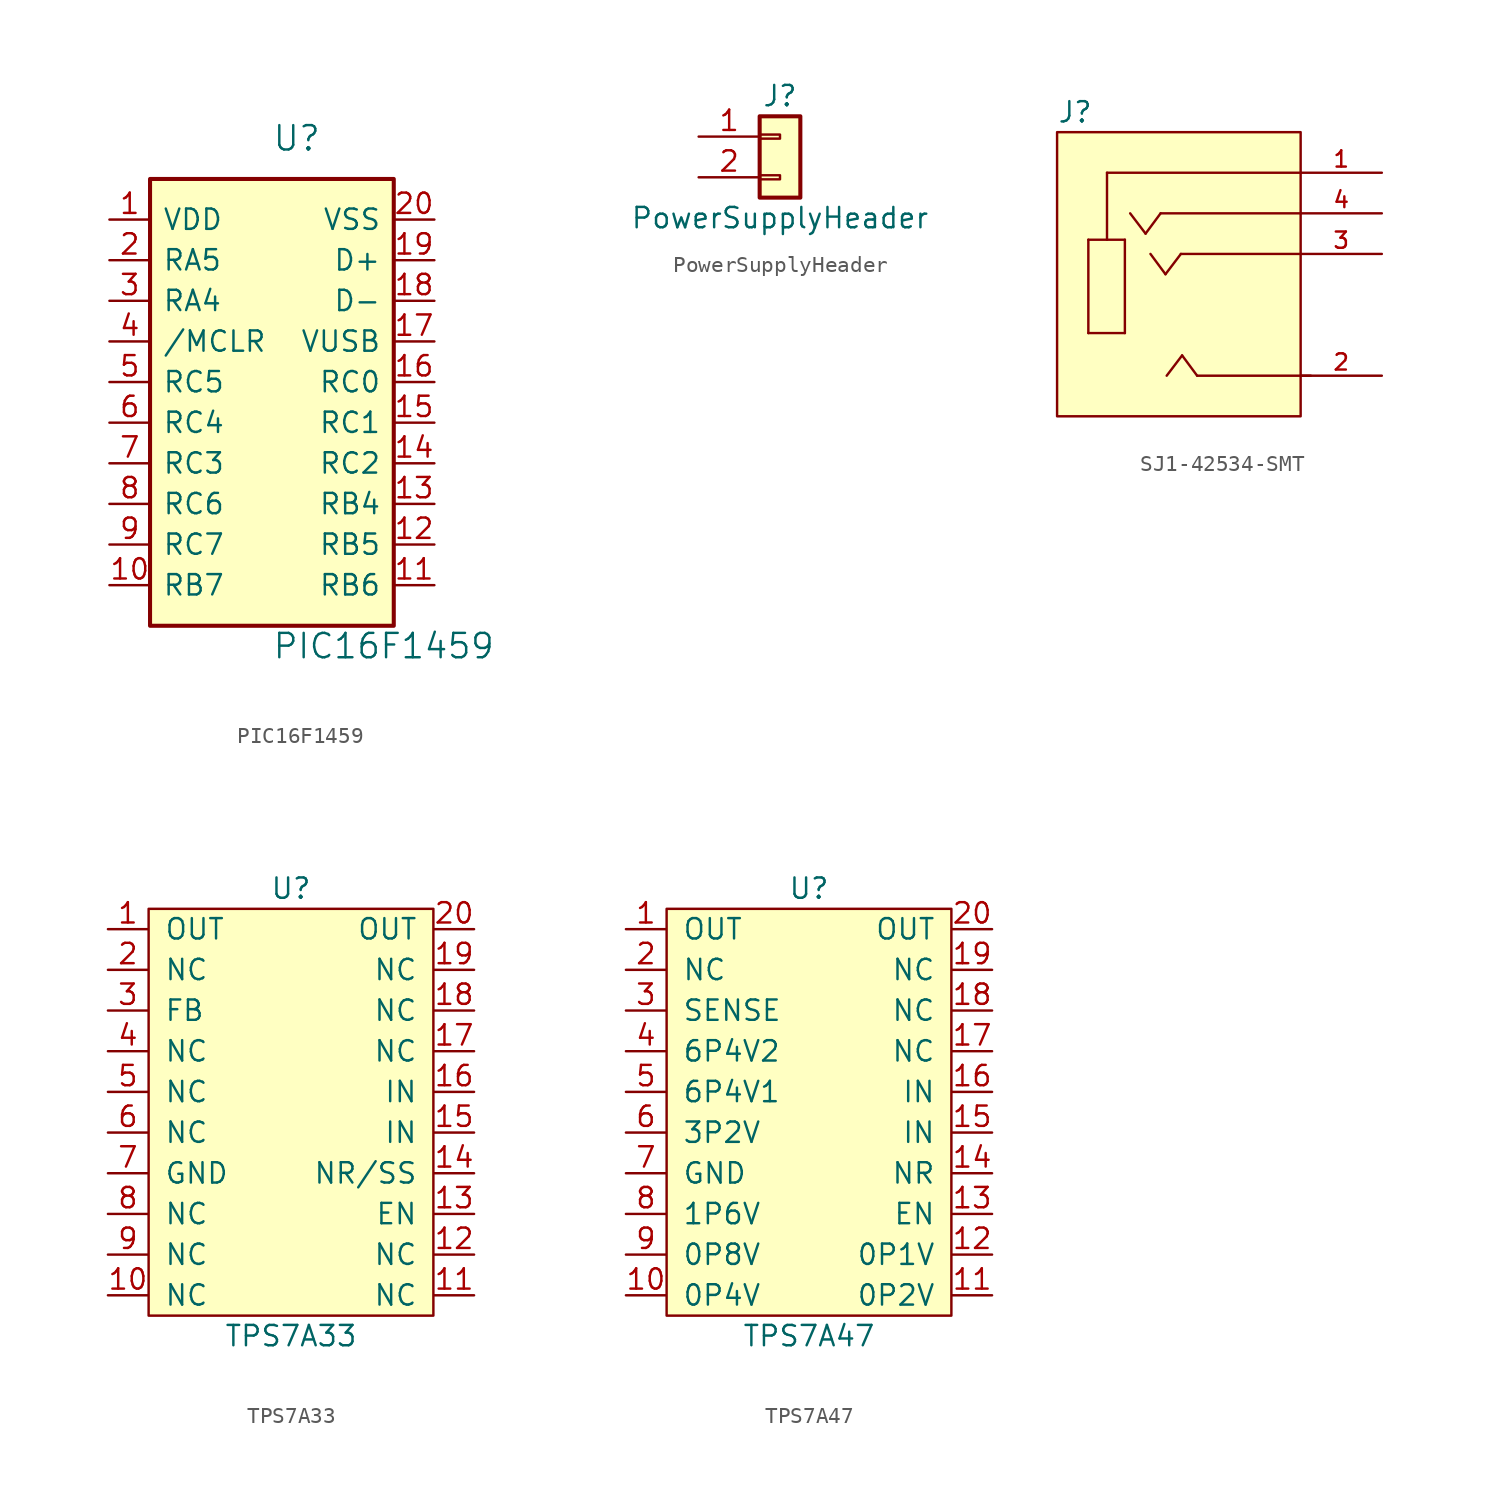
<source format=kicad_sym>
(kicad_symbol_lib
  (version 20211014)
  (generator kicad_symbol_editor)
  (symbol "PIC16F1459"
    (pin_names
      (offset 0.762))
    (property "Reference" "U"
      (at 0 17.78 0)
      (effects (font (size 1.524 1.524)) (justify left)))
    (property "Value" "PIC16F1459"
      (at 0 -13.97 0)
      (effects (font (size 1.524 1.524)) (justify left)))
    (property "Footprint" ""
      (at 0 0 0)
      (effects (font (size 1.524 1.524))))
    (property "Datasheet" ""
      (at 0 0 0)
      (effects (font (size 1.524 1.524))))
    (symbol "PIC16F1459_0_0"
      (rectangle (start -7.62 15.24) (end 7.62 -12.7) (stroke (width 0.254) (type default) (color 0 0 0 0)) (fill (type background)))
      (pin power_in line (at -10.16 12.7 0) (length 2.54) (name "VDD" (effects (font (size 1.27 1.27)))) (number "1" (effects (font (size 1.27 1.27)))))
      (pin bidirectional line (at -10.16 -10.16 0) (length 2.54) (name "RB7" (effects (font (size 1.27 1.27)))) (number "10" (effects (font (size 1.27 1.27)))))
      (pin bidirectional line (at 10.16 -10.16 180) (length 2.54) (name "RB6" (effects (font (size 1.27 1.27)))) (number "11" (effects (font (size 1.27 1.27)))))
      (pin bidirectional line (at 10.16 -7.62 180) (length 2.54) (name "RB5" (effects (font (size 1.27 1.27)))) (number "12" (effects (font (size 1.27 1.27)))))
      (pin bidirectional line (at 10.16 -5.08 180) (length 2.54) (name "RB4" (effects (font (size 1.27 1.27)))) (number "13" (effects (font (size 1.27 1.27)))))
      (pin bidirectional line (at 10.16 -2.54 180) (length 2.54) (name "RC2" (effects (font (size 1.27 1.27)))) (number "14" (effects (font (size 1.27 1.27)))))
      (pin bidirectional line (at 10.16 0 180) (length 2.54) (name "RC1" (effects (font (size 1.27 1.27)))) (number "15" (effects (font (size 1.27 1.27)))))
      (pin bidirectional line (at 10.16 2.54 180) (length 2.54) (name "RC0" (effects (font (size 1.27 1.27)))) (number "16" (effects (font (size 1.27 1.27)))))
      (pin power_out line (at 10.16 5.08 180) (length 2.54) (name "VUSB" (effects (font (size 1.27 1.27)))) (number "17" (effects (font (size 1.27 1.27)))))
      (pin bidirectional line (at 10.16 7.62 180) (length 2.54) (name "D-" (effects (font (size 1.27 1.27)))) (number "18" (effects (font (size 1.27 1.27)))))
      (pin bidirectional line (at 10.16 10.16 180) (length 2.54) (name "D+" (effects (font (size 1.27 1.27)))) (number "19" (effects (font (size 1.27 1.27)))))
      (pin bidirectional line (at -10.16 10.16 0) (length 2.54) (name "RA5" (effects (font (size 1.27 1.27)))) (number "2" (effects (font (size 1.27 1.27)))))
      (pin power_in line (at 10.16 12.7 180) (length 2.54) (name "VSS" (effects (font (size 1.27 1.27)))) (number "20" (effects (font (size 1.27 1.27)))))
      (pin bidirectional line (at -10.16 7.62 0) (length 2.54) (name "RA4" (effects (font (size 1.27 1.27)))) (number "3" (effects (font (size 1.27 1.27)))))
      (pin input line (at -10.16 5.08 0) (length 2.54) (name "/MCLR" (effects (font (size 1.27 1.27)))) (number "4" (effects (font (size 1.27 1.27)))))
      (pin bidirectional line (at -10.16 2.54 0) (length 2.54) (name "RC5" (effects (font (size 1.27 1.27)))) (number "5" (effects (font (size 1.27 1.27)))))
      (pin bidirectional line (at -10.16 0 0) (length 2.54) (name "RC4" (effects (font (size 1.27 1.27)))) (number "6" (effects (font (size 1.27 1.27)))))
      (pin bidirectional line (at -10.16 -2.54 0) (length 2.54) (name "RC3" (effects (font (size 1.27 1.27)))) (number "7" (effects (font (size 1.27 1.27)))))
      (pin bidirectional line (at -10.16 -5.08 0) (length 2.54) (name "RC6" (effects (font (size 1.27 1.27)))) (number "8" (effects (font (size 1.27 1.27)))))
      (pin bidirectional line (at -10.16 -7.62 0) (length 2.54) (name "RC7" (effects (font (size 1.27 1.27)))) (number "9" (effects (font (size 1.27 1.27)))))))
  (symbol "PowerSupplyHeader"
    (pin_names
      (offset 1.016) hide)
    (property "Reference" "J"
      (at 0 2.54 0)
      (effects (font (size 1.27 1.27))))
    (property "Value" "PowerSupplyHeader"
      (at 0 -5.08 0)
      (effects (font (size 1.27 1.27))))
    (symbol "PowerSupplyHeader_1_1"
      (rectangle (start -1.27 -2.413) (end 0 -2.667) (stroke (width 0.152) (type default) (color 0 0 0 0)) (fill (type none)))
      (rectangle (start -1.27 0.127) (end 0 -0.127) (stroke (width 0.152) (type default) (color 0 0 0 0)) (fill (type none)))
      (rectangle (start -1.27 1.27) (end 1.27 -3.81) (stroke (width 0.254) (type default) (color 0 0 0 0)) (fill (type background)))
      (pin power_out line (at -5.08 0 0) (length 3.81) (name "Pin_1" (effects (font (size 1.27 1.27)))) (number "1" (effects (font (size 1.27 1.27)))))
      (pin power_in line (at -5.08 -2.54 0) (length 3.81) (name "Pin_2" (effects (font (size 1.27 1.27)))) (number "2" (effects (font (size 1.27 1.27)))))))
  (symbol "SJ1-42534-SMT"
    (pin_names
      (offset 1.016) hide)
    (property "Reference" "J"
      (at -7.62 10.668 0)
      (effects (font (size 1.27 1.27)) (justify left bottom)))
    (property "ki_locked" ""
      (at 0 0 0)
      (effects (font (size 1.27 1.27))))
    (symbol "SJ1-42534-SMT_0_0"
      (polyline (pts (xy -5.664 -2.413) (xy -5.664 3.429)) (stroke (width 0.152) (type default) (color 0 0 0 0)) (fill (type none)))
      (polyline (pts (xy -5.664 3.429) (xy -4.496 3.429)) (stroke (width 0.152) (type default) (color 0 0 0 0)) (fill (type none)))
      (polyline (pts (xy -4.496 3.429) (xy -3.378 3.429)) (stroke (width 0.152) (type default) (color 0 0 0 0)) (fill (type none)))
      (polyline (pts (xy -4.496 7.62) (xy -4.496 3.429)) (stroke (width 0.152) (type default) (color 0 0 0 0)) (fill (type none)))
      (polyline (pts (xy -3.378 -2.413) (xy -5.664 -2.413)) (stroke (width 0.152) (type default) (color 0 0 0 0)) (fill (type none)))
      (polyline (pts (xy -3.378 3.429) (xy -3.378 -2.413)) (stroke (width 0.152) (type default) (color 0 0 0 0)) (fill (type none)))
      (polyline (pts (xy -2.083 3.81) (xy -3.048 5.08)) (stroke (width 0.152) (type default) (color 0 0 0 0)) (fill (type none)))
      (polyline (pts (xy -1.143 5.08) (xy -2.083 3.81)) (stroke (width 0.152) (type default) (color 0 0 0 0)) (fill (type none)))
      (polyline (pts (xy -0.838 1.27) (xy -1.778 2.54)) (stroke (width 0.152) (type default) (color 0 0 0 0)) (fill (type none)))
      (polyline (pts (xy 0.127 2.54) (xy -0.838 1.27)) (stroke (width 0.152) (type default) (color 0 0 0 0)) (fill (type none)))
      (polyline (pts (xy 0.203 -3.81) (xy -0.762 -5.08)) (stroke (width 0.152) (type default) (color 0 0 0 0)) (fill (type none)))
      (polyline (pts (xy 1.143 -5.08) (xy 0.203 -3.81)) (stroke (width 0.152) (type default) (color 0 0 0 0)) (fill (type none)))
      (polyline (pts (xy 7.62 2.54) (xy 0.127 2.54)) (stroke (width 0.152) (type default) (color 0 0 0 0)) (fill (type none)))
      (polyline (pts (xy 7.62 5.08) (xy -1.143 5.08)) (stroke (width 0.152) (type default) (color 0 0 0 0)) (fill (type none)))
      (polyline (pts (xy 7.62 7.62) (xy -4.496 7.62)) (stroke (width 0.152) (type default) (color 0 0 0 0)) (fill (type none)))
      (polyline (pts (xy 8.255 -5.08) (xy 1.143 -5.08)) (stroke (width 0.152) (type default) (color 0 0 0 0)) (fill (type none)))
      (pin passive line (at 12.7 7.62 180) (length 5.08) (name "1" (effects (font (size 1.016 1.016)))) (number "1" (effects (font (size 1.016 1.016)))))
      (pin passive line (at 12.7 -5.08 180) (length 5.08) (name "2" (effects (font (size 1.016 1.016)))) (number "2" (effects (font (size 1.016 1.016)))))
      (pin passive line (at 12.7 2.54 180) (length 5.08) (name "3" (effects (font (size 1.016 1.016)))) (number "3" (effects (font (size 1.016 1.016)))))
      (pin passive line (at 12.7 5.08 180) (length 5.08) (name "4" (effects (font (size 1.016 1.016)))) (number "4" (effects (font (size 1.016 1.016))))))
    (symbol "SJ1-42534-SMT_1_1"
      (rectangle (start -7.62 10.16) (end 7.62 -7.62) (stroke (width 0) (type default) (color 0 0 0 0)) (fill (type background)))))
  (symbol "TPS7A33"
    (pin_names
      (offset 1.016))
    (property "Reference" "U"
      (at 0 13.97 0)
      (effects (font (size 1.27 1.27))))
    (property "Value" "TPS7A33"
      (at 0 -13.97 0)
      (effects (font (size 1.27 1.27))))
    (symbol "TPS7A33_0_1"
      (rectangle (start -8.89 12.7) (end 8.89 -12.7) (stroke (width 0) (type default) (color 0 0 0 0)) (fill (type background))))
    (symbol "TPS7A33_1_1"
      (pin power_out line (at -11.43 11.43 0) (length 2.489) (name "OUT" (effects (font (size 1.27 1.27)))) (number "1" (effects (font (size 1.27 1.27)))))
      (pin passive line (at -11.43 -11.43 0) (length 2.489) (name "NC" (effects (font (size 1.27 1.27)))) (number "10" (effects (font (size 1.27 1.27)))))
      (pin passive line (at 11.43 -11.43 180) (length 2.489) (name "NC" (effects (font (size 1.27 1.27)))) (number "11" (effects (font (size 1.27 1.27)))))
      (pin passive line (at 11.43 -8.89 180) (length 2.489) (name "NC" (effects (font (size 1.27 1.27)))) (number "12" (effects (font (size 1.27 1.27)))))
      (pin input line (at 11.43 -6.35 180) (length 2.489) (name "EN" (effects (font (size 1.27 1.27)))) (number "13" (effects (font (size 1.27 1.27)))))
      (pin passive line (at 11.43 -3.81 180) (length 2.489) (name "NR/SS" (effects (font (size 1.27 1.27)))) (number "14" (effects (font (size 1.27 1.27)))))
      (pin input line (at 11.43 -1.27 180) (length 2.489) (name "IN" (effects (font (size 1.27 1.27)))) (number "15" (effects (font (size 1.27 1.27)))))
      (pin power_in line (at 11.43 1.27 180) (length 2.489) (name "IN" (effects (font (size 1.27 1.27)))) (number "16" (effects (font (size 1.27 1.27)))))
      (pin passive line (at 11.43 3.81 180) (length 2.489) (name "NC" (effects (font (size 1.27 1.27)))) (number "17" (effects (font (size 1.27 1.27)))))
      (pin passive line (at 11.43 6.35 180) (length 2.489) (name "NC" (effects (font (size 1.27 1.27)))) (number "18" (effects (font (size 1.27 1.27)))))
      (pin passive line (at 11.43 8.89 180) (length 2.489) (name "NC" (effects (font (size 1.27 1.27)))) (number "19" (effects (font (size 1.27 1.27)))))
      (pin passive line (at -11.43 8.89 0) (length 2.489) (name "NC" (effects (font (size 1.27 1.27)))) (number "2" (effects (font (size 1.27 1.27)))))
      (pin passive line (at 11.43 11.43 180) (length 2.489) (name "OUT" (effects (font (size 1.27 1.27)))) (number "20" (effects (font (size 1.27 1.27)))))
      (pin input line (at -11.43 6.35 0) (length 2.489) (name "FB" (effects (font (size 1.27 1.27)))) (number "3" (effects (font (size 1.27 1.27)))))
      (pin passive line (at -11.43 3.81 0) (length 2.489) (name "NC" (effects (font (size 1.27 1.27)))) (number "4" (effects (font (size 1.27 1.27)))))
      (pin passive line (at -11.43 1.27 0) (length 2.489) (name "NC" (effects (font (size 1.27 1.27)))) (number "5" (effects (font (size 1.27 1.27)))))
      (pin passive line (at -11.43 -1.27 0) (length 2.489) (name "NC" (effects (font (size 1.27 1.27)))) (number "6" (effects (font (size 1.27 1.27)))))
      (pin passive line (at -11.43 -3.81 0) (length 2.489) (name "GND" (effects (font (size 1.27 1.27)))) (number "7" (effects (font (size 1.27 1.27)))))
      (pin passive line (at -11.43 -6.35 0) (length 2.489) (name "NC" (effects (font (size 1.27 1.27)))) (number "8" (effects (font (size 1.27 1.27)))))
      (pin passive line (at -11.43 -8.89 0) (length 2.489) (name "NC" (effects (font (size 1.27 1.27)))) (number "9" (effects (font (size 1.27 1.27)))))))
  (symbol "TPS7A47"
    (pin_names
      (offset 1.016))
    (property "Reference" "U"
      (at 0 13.97 0)
      (effects (font (size 1.27 1.27))))
    (property "Value" "TPS7A47"
      (at 0 -13.97 0)
      (effects (font (size 1.27 1.27))))
    (symbol "TPS7A47_1_1"
      (rectangle (start -8.89 12.7) (end 8.89 -12.7) (stroke (width 0) (type default) (color 0 0 0 0)) (fill (type background)))
      (pin passive line (at -11.43 11.43 0) (length 2.489) (name "OUT" (effects (font (size 1.27 1.27)))) (number "1" (effects (font (size 1.27 1.27)))))
      (pin passive line (at -11.43 -11.43 0) (length 2.489) (name "0P4V" (effects (font (size 1.27 1.27)))) (number "10" (effects (font (size 1.27 1.27)))))
      (pin passive line (at 11.43 -11.43 180) (length 2.489) (name "0P2V" (effects (font (size 1.27 1.27)))) (number "11" (effects (font (size 1.27 1.27)))))
      (pin passive line (at 11.43 -8.89 180) (length 2.489) (name "0P1V" (effects (font (size 1.27 1.27)))) (number "12" (effects (font (size 1.27 1.27)))))
      (pin passive line (at 11.43 -6.35 180) (length 2.489) (name "EN" (effects (font (size 1.27 1.27)))) (number "13" (effects (font (size 1.27 1.27)))))
      (pin passive line (at 11.43 -3.81 180) (length 2.489) (name "NR" (effects (font (size 1.27 1.27)))) (number "14" (effects (font (size 1.27 1.27)))))
      (pin passive line (at 11.43 -1.27 180) (length 2.489) (name "IN" (effects (font (size 1.27 1.27)))) (number "15" (effects (font (size 1.27 1.27)))))
      (pin power_in line (at 11.43 1.27 180) (length 2.489) (name "IN" (effects (font (size 1.27 1.27)))) (number "16" (effects (font (size 1.27 1.27)))))
      (pin passive line (at 11.43 3.81 180) (length 2.489) (name "NC" (effects (font (size 1.27 1.27)))) (number "17" (effects (font (size 1.27 1.27)))))
      (pin passive line (at 11.43 6.35 180) (length 2.489) (name "NC" (effects (font (size 1.27 1.27)))) (number "18" (effects (font (size 1.27 1.27)))))
      (pin passive line (at 11.43 8.89 180) (length 2.489) (name "NC" (effects (font (size 1.27 1.27)))) (number "19" (effects (font (size 1.27 1.27)))))
      (pin passive line (at -11.43 8.89 0) (length 2.489) (name "NC" (effects (font (size 1.27 1.27)))) (number "2" (effects (font (size 1.27 1.27)))))
      (pin power_out line (at 11.43 11.43 180) (length 2.489) (name "OUT" (effects (font (size 1.27 1.27)))) (number "20" (effects (font (size 1.27 1.27)))))
      (pin passive line (at -11.43 6.35 0) (length 2.489) (name "SENSE" (effects (font (size 1.27 1.27)))) (number "3" (effects (font (size 1.27 1.27)))))
      (pin passive line (at -11.43 3.81 0) (length 2.489) (name "6P4V2" (effects (font (size 1.27 1.27)))) (number "4" (effects (font (size 1.27 1.27)))))
      (pin passive line (at -11.43 1.27 0) (length 2.489) (name "6P4V1" (effects (font (size 1.27 1.27)))) (number "5" (effects (font (size 1.27 1.27)))))
      (pin passive line (at -11.43 -1.27 0) (length 2.489) (name "3P2V" (effects (font (size 1.27 1.27)))) (number "6" (effects (font (size 1.27 1.27)))))
      (pin passive line (at -11.43 -3.81 0) (length 2.489) (name "GND" (effects (font (size 1.27 1.27)))) (number "7" (effects (font (size 1.27 1.27)))))
      (pin passive line (at -11.43 -6.35 0) (length 2.489) (name "1P6V" (effects (font (size 1.27 1.27)))) (number "8" (effects (font (size 1.27 1.27)))))
      (pin passive line (at -11.43 -8.89 0) (length 2.489) (name "0P8V" (effects (font (size 1.27 1.27)))) (number "9" (effects (font (size 1.27 1.27))))))))
</source>
